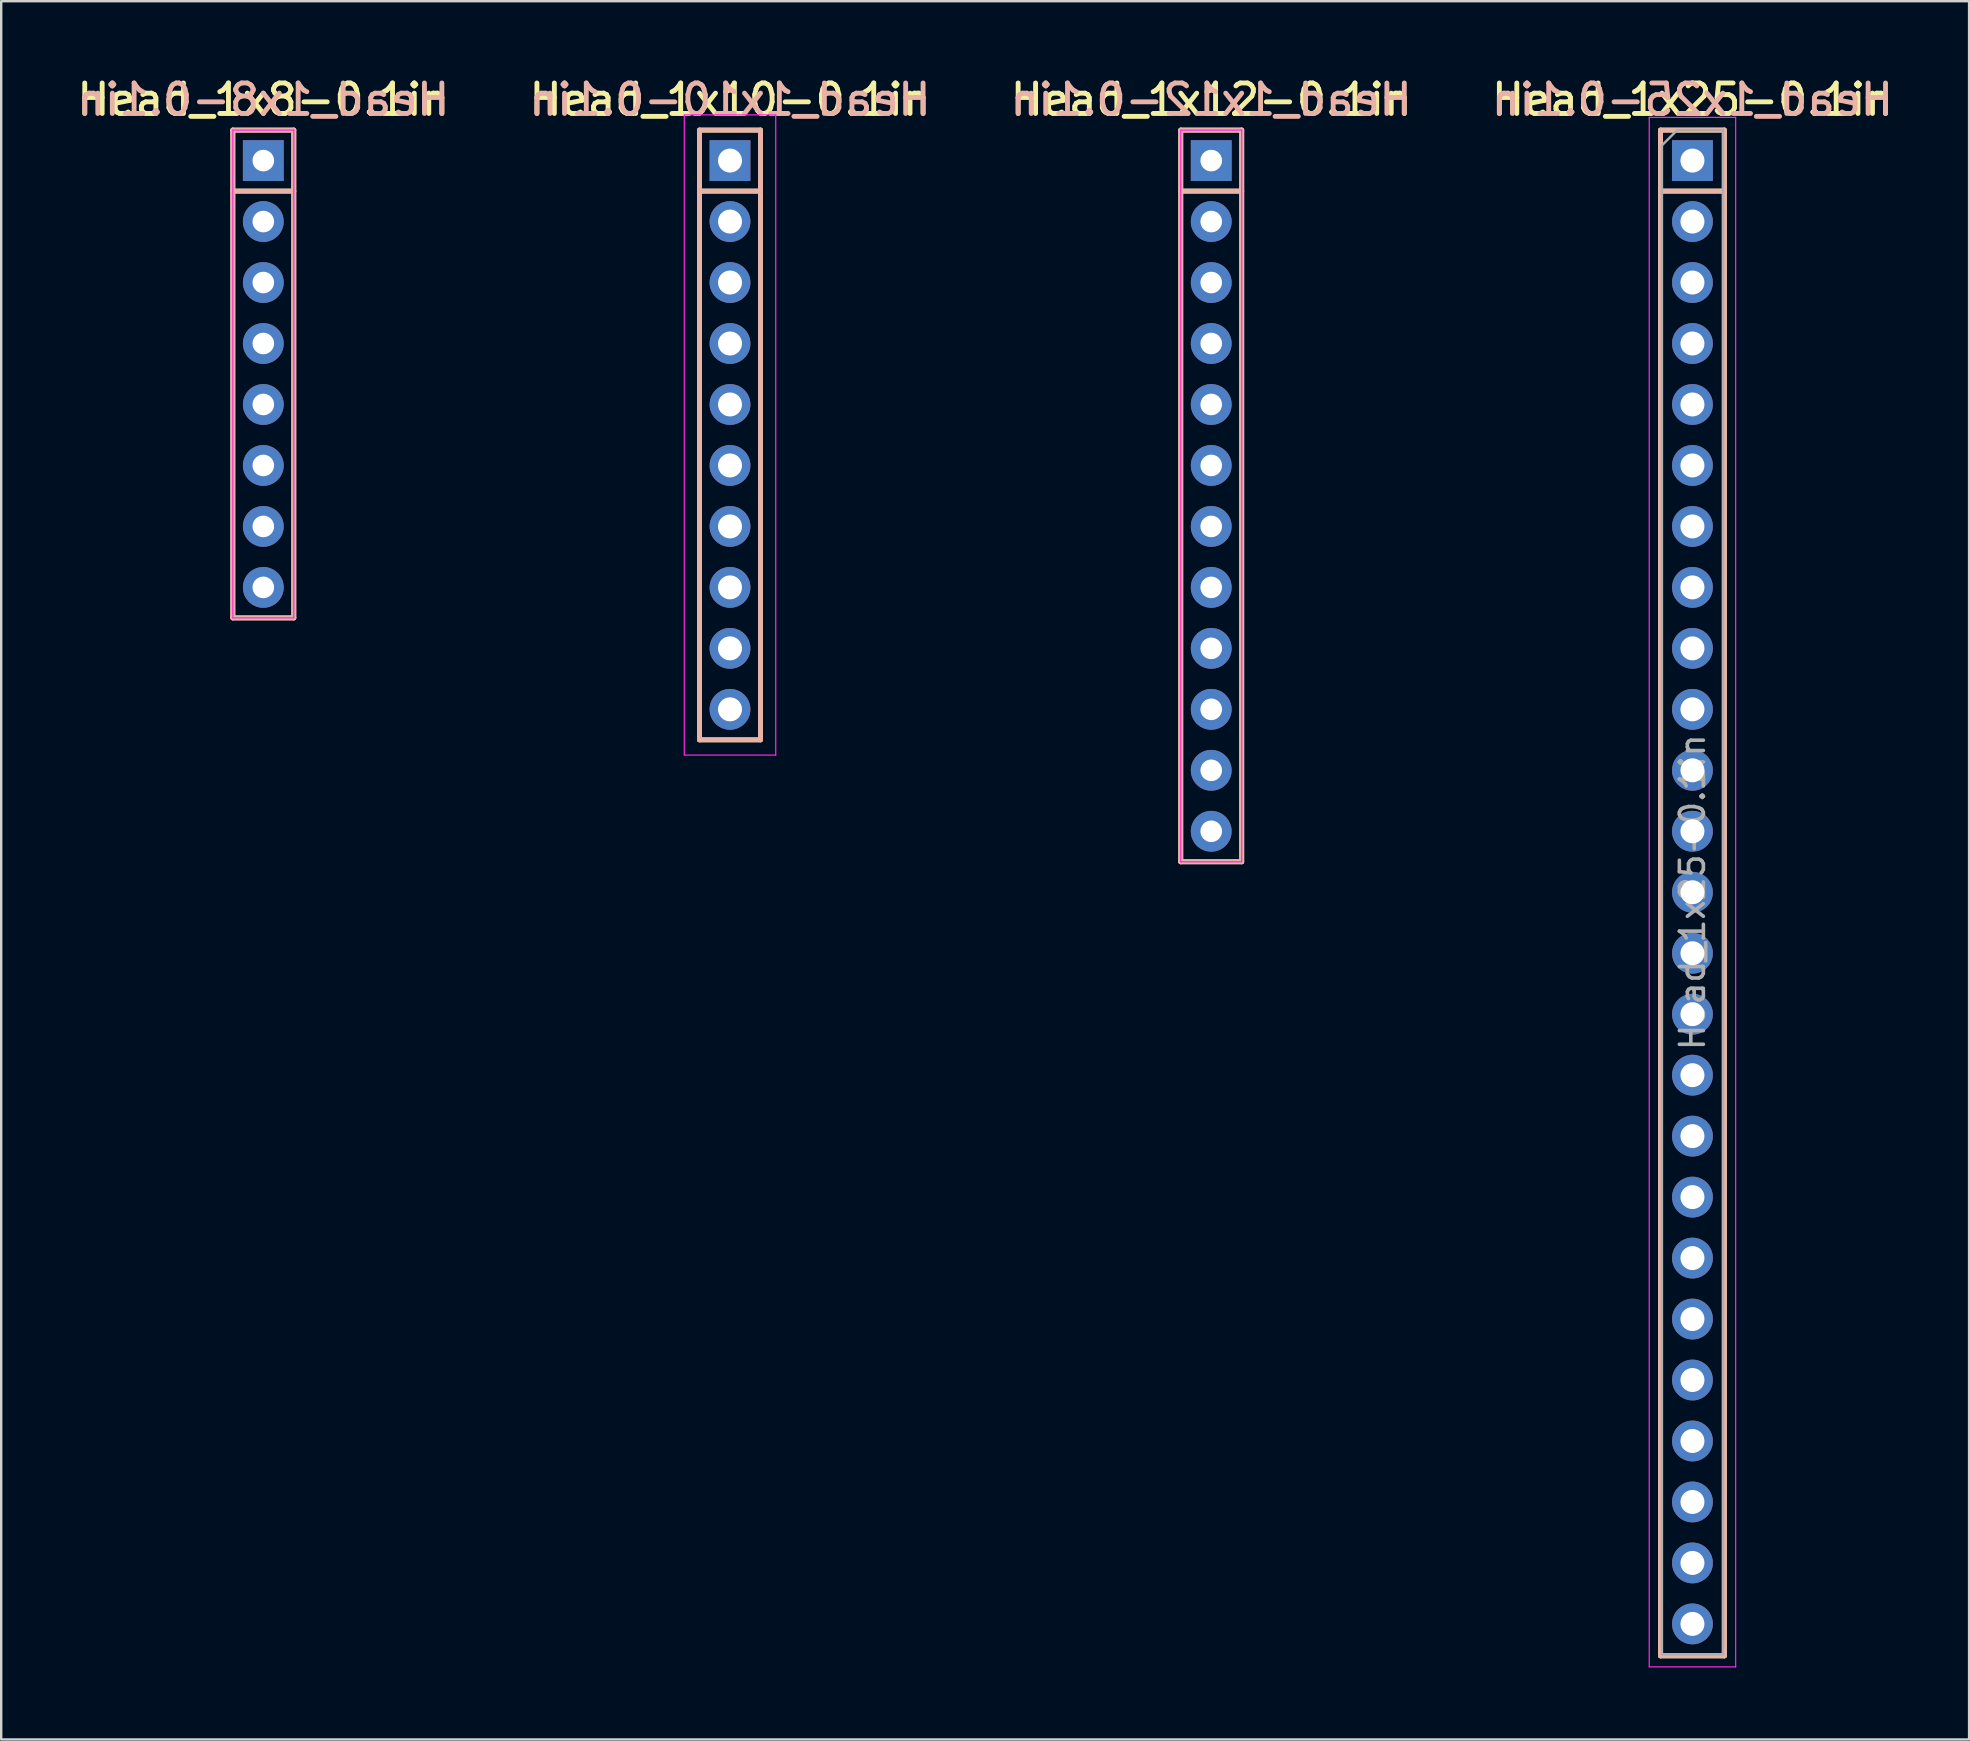
<source format=kicad_pcb>
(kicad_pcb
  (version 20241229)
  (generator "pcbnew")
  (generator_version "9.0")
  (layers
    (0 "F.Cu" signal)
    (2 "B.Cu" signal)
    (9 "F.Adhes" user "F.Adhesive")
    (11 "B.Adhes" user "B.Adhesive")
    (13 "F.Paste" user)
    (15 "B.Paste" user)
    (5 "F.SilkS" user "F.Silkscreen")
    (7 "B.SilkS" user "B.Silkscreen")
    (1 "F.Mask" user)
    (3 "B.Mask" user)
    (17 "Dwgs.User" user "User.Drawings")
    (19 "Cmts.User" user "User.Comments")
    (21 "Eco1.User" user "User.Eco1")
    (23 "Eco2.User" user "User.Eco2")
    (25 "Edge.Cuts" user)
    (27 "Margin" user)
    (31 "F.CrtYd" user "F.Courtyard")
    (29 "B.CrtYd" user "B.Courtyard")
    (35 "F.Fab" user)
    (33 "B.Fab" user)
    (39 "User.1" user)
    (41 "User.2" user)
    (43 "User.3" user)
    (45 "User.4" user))
  (footprint "Head_1x25-0.1in"
    (layer "F.Cu")
    (at 67.455 3.64)
    (property "Reference" "Head_1x25-0.1in" (at 0 -2.54 0) (layer "F.SilkS") (effects (font (size 1.27 1.27) (thickness 0.203))))
    (attr through_hole)
    (fp_line (start -1.33 -1.27) (end -1.33 62.29) (stroke (width 0.203) (type solid)) (layer "F.SilkS"))
    (fp_line (start -1.33 -1.27) (end 1.33 -1.27) (stroke (width 0.203) (type solid)) (layer "F.SilkS"))
    (fp_line (start -1.33 1.27) (end 1.33 1.27) (stroke (width 0.203) (type solid)) (layer "F.SilkS"))
    (fp_line (start -1.33 62.29) (end 1.33 62.29) (stroke (width 0.203) (type solid)) (layer "F.SilkS"))
    (fp_line (start 1.33 -1.27) (end 1.33 62.29) (stroke (width 0.203) (type solid)) (layer "F.SilkS"))
    (fp_line (start -1.33 -1.27) (end -1.33 62.29) (stroke (width 0.203) (type solid)) (layer "B.SilkS"))
    (fp_line (start -1.33 -1.27) (end 1.33 -1.27) (stroke (width 0.203) (type solid)) (layer "B.SilkS"))
    (fp_line (start -1.33 1.27) (end 1.33 1.27) (stroke (width 0.203) (type solid)) (layer "B.SilkS"))
    (fp_line (start -1.33 62.29) (end 1.33 62.29) (stroke (width 0.203) (type solid)) (layer "B.SilkS"))
    (fp_line (start 1.33 -1.27) (end 1.33 62.29) (stroke (width 0.203) (type solid)) (layer "B.SilkS"))
    (fp_line (start -1.8 -1.8) (end -1.8 62.75) (stroke (width 0.05) (type solid)) (layer "F.CrtYd"))
    (fp_line (start -1.8 62.75) (end 1.8 62.75) (stroke (width 0.05) (type solid)) (layer "F.CrtYd"))
    (fp_line (start 1.8 -1.8) (end -1.8 -1.8) (stroke (width 0.05) (type solid)) (layer "F.CrtYd"))
    (fp_line (start 1.8 62.75) (end 1.8 -1.8) (stroke (width 0.05) (type solid)) (layer "F.CrtYd"))
    (fp_line (start -1.27 -0.635) (end -0.635 -1.27) (stroke (width 0.1) (type solid)) (layer "F.Fab"))
    (fp_line (start -1.27 62.23) (end -1.27 -0.635) (stroke (width 0.1) (type solid)) (layer "F.Fab"))
    (fp_line (start -0.635 -1.27) (end 1.27 -1.27) (stroke (width 0.1) (type solid)) (layer "F.Fab"))
    (fp_line (start 1.27 -1.27) (end 1.27 62.23) (stroke (width 0.1) (type solid)) (layer "F.Fab"))
    (fp_line (start 1.27 62.23) (end -1.27 62.23) (stroke (width 0.1) (type solid)) (layer "F.Fab"))
    (fp_text user "${Reference}" (at 0 -2.54 0) (unlocked yes) (layer "B.SilkS") (effects (font (size 1.27 1.27) (thickness 0.203)) (justify mirror)))
    (fp_text user "${REFERENCE}" (at 0 30.48 90) (layer "F.Fab") (effects (font (size 1 1) (thickness 0.15))))
    (pad "1" thru_hole rect (at 0 0) (size 1.7 1.7) (drill 1) (layers "*.Cu" "*.Mask"))
    (pad "2" thru_hole oval (at 0 2.54) (size 1.7 1.7) (drill 1) (layers "*.Cu" "*.Mask"))
    (pad "3" thru_hole oval (at 0 5.08) (size 1.7 1.7) (drill 1) (layers "*.Cu" "*.Mask"))
    (pad "4" thru_hole oval (at 0 7.62) (size 1.7 1.7) (drill 1) (layers "*.Cu" "*.Mask"))
    (pad "5" thru_hole oval (at 0 10.16) (size 1.7 1.7) (drill 1) (layers "*.Cu" "*.Mask"))
    (pad "6" thru_hole oval (at 0 12.7) (size 1.7 1.7) (drill 1) (layers "*.Cu" "*.Mask"))
    (pad "7" thru_hole oval (at 0 15.24) (size 1.7 1.7) (drill 1) (layers "*.Cu" "*.Mask"))
    (pad "8" thru_hole oval (at 0 17.78) (size 1.7 1.7) (drill 1) (layers "*.Cu" "*.Mask"))
    (pad "9" thru_hole oval (at 0 20.32) (size 1.7 1.7) (drill 1) (layers "*.Cu" "*.Mask"))
    (pad "10" thru_hole oval (at 0 22.86) (size 1.7 1.7) (drill 1) (layers "*.Cu" "*.Mask"))
    (pad "11" thru_hole oval (at 0 25.4) (size 1.7 1.7) (drill 1) (layers "*.Cu" "*.Mask"))
    (pad "12" thru_hole oval (at 0 27.94) (size 1.7 1.7) (drill 1) (layers "*.Cu" "*.Mask"))
    (pad "13" thru_hole oval (at 0 30.48) (size 1.7 1.7) (drill 1) (layers "*.Cu" "*.Mask"))
    (pad "14" thru_hole oval (at 0 33.02) (size 1.7 1.7) (drill 1) (layers "*.Cu" "*.Mask"))
    (pad "15" thru_hole oval (at 0 35.56) (size 1.7 1.7) (drill 1) (layers "*.Cu" "*.Mask"))
    (pad "16" thru_hole oval (at 0 38.1) (size 1.7 1.7) (drill 1) (layers "*.Cu" "*.Mask"))
    (pad "17" thru_hole oval (at 0 40.64) (size 1.7 1.7) (drill 1) (layers "*.Cu" "*.Mask"))
    (pad "18" thru_hole oval (at 0 43.18) (size 1.7 1.7) (drill 1) (layers "*.Cu" "*.Mask"))
    (pad "19" thru_hole oval (at 0 45.72) (size 1.7 1.7) (drill 1) (layers "*.Cu" "*.Mask"))
    (pad "20" thru_hole oval (at 0 48.26) (size 1.7 1.7) (drill 1) (layers "*.Cu" "*.Mask"))
    (pad "21" thru_hole oval (at 0 50.8) (size 1.7 1.7) (drill 1) (layers "*.Cu" "*.Mask"))
    (pad "22" thru_hole oval (at 0 53.34) (size 1.7 1.7) (drill 1) (layers "*.Cu" "*.Mask"))
    (pad "23" thru_hole oval (at 0 55.88) (size 1.7 1.7) (drill 1) (layers "*.Cu" "*.Mask"))
    (pad "24" thru_hole oval (at 0 58.42) (size 1.7 1.7) (drill 1) (layers "*.Cu" "*.Mask"))
    (pad "25" thru_hole oval (at 0 60.96) (size 1.7 1.7) (drill 1) (layers "*.Cu" "*.Mask")))
  (footprint "Head_1x10-0.1in"
    (layer "F.Cu")
    (at 27.361 3.64)
    (property "Reference" "Head_1x10-0.1in" (at 0 -2.54 0) (layer "F.SilkS") (effects (font (size 1.27 1.27) (thickness 0.203))))
    (attr through_hole)
    (fp_line (start -1.27 -1.27) (end 1.27 -1.27) (stroke (width 0.203) (type solid)) (layer "F.SilkS"))
    (fp_line (start -1.27 24.13) (end -1.27 -1.27) (stroke (width 0.203) (type solid)) (layer "F.SilkS"))
    (fp_line (start 1.27 -1.27) (end 1.27 24.13) (stroke (width 0.203) (type solid)) (layer "F.SilkS"))
    (fp_line (start 1.27 1.27) (end -1.27 1.27) (stroke (width 0.203) (type solid)) (layer "F.SilkS"))
    (fp_line (start 1.27 24.13) (end -1.27 24.13) (stroke (width 0.203) (type solid)) (layer "F.SilkS"))
    (fp_line (start -1.27 -1.27) (end 1.27 -1.27) (stroke (width 0.203) (type solid)) (layer "B.SilkS"))
    (fp_line (start -1.27 24.13) (end -1.27 -1.27) (stroke (width 0.203) (type solid)) (layer "B.SilkS"))
    (fp_line (start 1.27 -1.27) (end 1.27 24.13) (stroke (width 0.203) (type solid)) (layer "B.SilkS"))
    (fp_line (start 1.27 1.27) (end -1.27 1.27) (stroke (width 0.203) (type solid)) (layer "B.SilkS"))
    (fp_line (start 1.27 24.13) (end -1.27 24.13) (stroke (width 0.203) (type solid)) (layer "B.SilkS"))
    (fp_line (start -1.905 -1.905) (end -1.905 24.765) (stroke (width 0.05) (type solid)) (layer "F.CrtYd"))
    (fp_line (start 1.905 -1.905) (end -1.905 -1.905) (stroke (width 0.05) (type solid)) (layer "F.CrtYd"))
    (fp_line (start 1.905 24.765) (end -1.905 24.765) (stroke (width 0.05) (type solid)) (layer "F.CrtYd"))
    (fp_line (start 1.905 24.765) (end 1.905 -1.905) (stroke (width 0.05) (type solid)) (layer "F.CrtYd"))
    (fp_text user "${Reference}" (at 0 -2.54 0) (unlocked yes) (layer "B.SilkS") (effects (font (size 1.27 1.27) (thickness 0.203)) (justify mirror)))
    (pad "1" thru_hole rect (at 0 0) (size 1.7 1.7) (drill 1) (layers "*.Cu" "*.Mask"))
    (pad "2" thru_hole oval (at 0 2.54) (size 1.7 1.7) (drill 1) (layers "*.Cu" "*.Mask"))
    (pad "3" thru_hole oval (at 0 5.08) (size 1.7 1.7) (drill 1) (layers "*.Cu" "*.Mask"))
    (pad "4" thru_hole oval (at 0 7.62) (size 1.7 1.7) (drill 1) (layers "*.Cu" "*.Mask"))
    (pad "5" thru_hole oval (at 0 10.16) (size 1.7 1.7) (drill 1) (layers "*.Cu" "*.Mask"))
    (pad "6" thru_hole oval (at 0 12.7) (size 1.7 1.7) (drill 1) (layers "*.Cu" "*.Mask"))
    (pad "7" thru_hole oval (at 0 15.24) (size 1.7 1.7) (drill 1) (layers "*.Cu" "*.Mask"))
    (pad "8" thru_hole oval (at 0 17.78) (size 1.7 1.7) (drill 1) (layers "*.Cu" "*.Mask"))
    (pad "9" thru_hole oval (at 0 20.32) (size 1.7 1.7) (drill 1) (layers "*.Cu" "*.Mask"))
    (pad "10" thru_hole oval (at 0 22.86) (size 1.7 1.7) (drill 1) (layers "*.Cu" "*.Mask")))
  (footprint "Head_1x12-0.1in"
    (layer "F.Cu")
    (at 47.408 3.64)
    (property "Reference" "Head_1x12-0.1in" (at 0 -2.54 0) (layer "F.SilkS") (effects (font (size 1.27 1.27) (thickness 0.203))))
    (attr through_hole)
    (fp_line (start -1.27 -1.27) (end 1.27 -1.27) (stroke (width 0.203) (type solid)) (layer "F.SilkS"))
    (fp_line (start -1.27 29.21) (end -1.27 -1.27) (stroke (width 0.203) (type solid)) (layer "F.SilkS"))
    (fp_line (start 1.27 -1.27) (end 1.27 29.21) (stroke (width 0.203) (type solid)) (layer "F.SilkS"))
    (fp_line (start 1.27 1.27) (end -1.27 1.27) (stroke (width 0.203) (type solid)) (layer "F.SilkS"))
    (fp_line (start 1.27 29.21) (end -1.27 29.21) (stroke (width 0.203) (type solid)) (layer "F.SilkS"))
    (fp_line (start -1.27 -1.27) (end 1.27 -1.27) (stroke (width 0.203) (type solid)) (layer "B.SilkS"))
    (fp_line (start -1.27 29.21) (end -1.27 -1.27) (stroke (width 0.203) (type solid)) (layer "B.SilkS"))
    (fp_line (start 1.27 -1.27) (end 1.27 29.21) (stroke (width 0.203) (type solid)) (layer "B.SilkS"))
    (fp_line (start 1.27 1.27) (end -1.27 1.27) (stroke (width 0.203) (type solid)) (layer "B.SilkS"))
    (fp_line (start 1.27 29.21) (end -1.27 29.21) (stroke (width 0.203) (type solid)) (layer "B.SilkS"))
    (fp_line (start -1.27 -1.27) (end -1.27 29.21) (stroke (width 0.05) (type solid)) (layer "F.CrtYd"))
    (fp_line (start 1.27 -1.27) (end -1.27 -1.27) (stroke (width 0.05) (type solid)) (layer "F.CrtYd"))
    (fp_line (start 1.27 29.21) (end -1.27 29.21) (stroke (width 0.05) (type solid)) (layer "F.CrtYd"))
    (fp_line (start 1.27 29.21) (end 1.27 -1.27) (stroke (width 0.05) (type solid)) (layer "F.CrtYd"))
    (fp_text user "${Reference}" (at 0 -2.54 0) (unlocked yes) (layer "B.SilkS") (effects (font (size 1.27 1.27) (thickness 0.203)) (justify mirror)))
    (pad "1" thru_hole rect (at 0 0) (size 1.7 1.7) (drill 0.9) (layers "*.Cu" "*.Mask"))
    (pad "2" thru_hole oval (at 0 2.54) (size 1.7 1.7) (drill 0.9) (layers "*.Cu" "*.Mask"))
    (pad "3" thru_hole oval (at 0 5.08) (size 1.7 1.7) (drill 0.9) (layers "*.Cu" "*.Mask"))
    (pad "4" thru_hole oval (at 0 7.62) (size 1.7 1.7) (drill 0.9) (layers "*.Cu" "*.Mask"))
    (pad "5" thru_hole oval (at 0 10.16) (size 1.7 1.7) (drill 0.9) (layers "*.Cu" "*.Mask"))
    (pad "6" thru_hole oval (at 0 12.7) (size 1.7 1.7) (drill 0.9) (layers "*.Cu" "*.Mask"))
    (pad "7" thru_hole oval (at 0 15.24) (size 1.7 1.7) (drill 0.9) (layers "*.Cu" "*.Mask"))
    (pad "8" thru_hole oval (at 0 17.78) (size 1.7 1.7) (drill 0.9) (layers "*.Cu" "*.Mask"))
    (pad "9" thru_hole oval (at 0 20.32) (size 1.7 1.7) (drill 0.9) (layers "*.Cu" "*.Mask"))
    (pad "10" thru_hole oval (at 0 22.86) (size 1.7 1.7) (drill 0.9) (layers "*.Cu" "*.Mask"))
    (pad "11" thru_hole oval (at 0 25.4) (size 1.7 1.7) (drill 0.9) (layers "*.Cu" "*.Mask"))
    (pad "12" thru_hole oval (at 0 27.94) (size 1.7 1.7) (drill 0.9) (layers "*.Cu" "*.Mask")))
  (footprint "Head_1x8-0.1in"
    (layer "F.Cu")
    (at 7.919 3.64)
    (property "Reference" "Head_1x8-0.1in" (at 0 -2.54 0) (layer "F.SilkS") (effects (font (size 1.27 1.27) (thickness 0.203))))
    (attr through_hole)
    (fp_line (start -1.27 -1.27) (end 1.27 -1.27) (stroke (width 0.203) (type solid)) (layer "F.SilkS"))
    (fp_line (start -1.27 19.05) (end -1.27 -1.27) (stroke (width 0.203) (type solid)) (layer "F.SilkS"))
    (fp_line (start 1.27 -1.27) (end 1.27 19.05) (stroke (width 0.203) (type solid)) (layer "F.SilkS"))
    (fp_line (start 1.27 1.27) (end -1.27 1.27) (stroke (width 0.203) (type solid)) (layer "F.SilkS"))
    (fp_line (start 1.27 19.05) (end -1.27 19.05) (stroke (width 0.203) (type solid)) (layer "F.SilkS"))
    (fp_line (start -1.27 -1.27) (end 1.27 -1.27) (stroke (width 0.203) (type solid)) (layer "B.SilkS"))
    (fp_line (start -1.27 19.05) (end -1.27 -1.27) (stroke (width 0.203) (type solid)) (layer "B.SilkS"))
    (fp_line (start 1.27 -1.27) (end 1.27 19.05) (stroke (width 0.203) (type solid)) (layer "B.SilkS"))
    (fp_line (start 1.27 1.27) (end -1.27 1.27) (stroke (width 0.203) (type solid)) (layer "B.SilkS"))
    (fp_line (start 1.27 19.05) (end -1.27 19.05) (stroke (width 0.203) (type solid)) (layer "B.SilkS"))
    (fp_line (start -1.27 -1.27) (end -1.27 19.05) (stroke (width 0.05) (type solid)) (layer "F.CrtYd"))
    (fp_line (start 1.27 -1.27) (end -1.27 -1.27) (stroke (width 0.05) (type solid)) (layer "F.CrtYd"))
    (fp_line (start 1.27 19.05) (end -1.27 19.05) (stroke (width 0.05) (type solid)) (layer "F.CrtYd"))
    (fp_line (start 1.27 19.05) (end 1.27 -1.27) (stroke (width 0.05) (type solid)) (layer "F.CrtYd"))
    (fp_text user "${Reference}" (at 0 -2.54 0) (unlocked yes) (layer "B.SilkS") (effects (font (size 1.27 1.27) (thickness 0.203)) (justify mirror)))
    (pad "1" thru_hole rect (at 0 0) (size 1.7 1.7) (drill 0.9) (layers "*.Cu" "*.Mask"))
    (pad "2" thru_hole oval (at 0 2.54) (size 1.7 1.7) (drill 0.9) (layers "*.Cu" "*.Mask"))
    (pad "3" thru_hole oval (at 0 5.08) (size 1.7 1.7) (drill 0.9) (layers "*.Cu" "*.Mask"))
    (pad "4" thru_hole oval (at 0 7.62) (size 1.7 1.7) (drill 0.9) (layers "*.Cu" "*.Mask"))
    (pad "5" thru_hole oval (at 0 10.16) (size 1.7 1.7) (drill 0.9) (layers "*.Cu" "*.Mask"))
    (pad "6" thru_hole oval (at 0 12.7) (size 1.7 1.7) (drill 0.9) (layers "*.Cu" "*.Mask"))
    (pad "7" thru_hole oval (at 0 15.24) (size 1.7 1.7) (drill 0.9) (layers "*.Cu" "*.Mask"))
    (pad "8" thru_hole oval (at 0 17.78) (size 1.7 1.7) (drill 0.9) (layers "*.Cu" "*.Mask")))
  (gr_rect
    (start -3 -3)
    (end 78.979 69.415)
    (stroke (width 0.1) (type default))
    (fill no)
    (layer "Edge.Cuts")))
</source>
